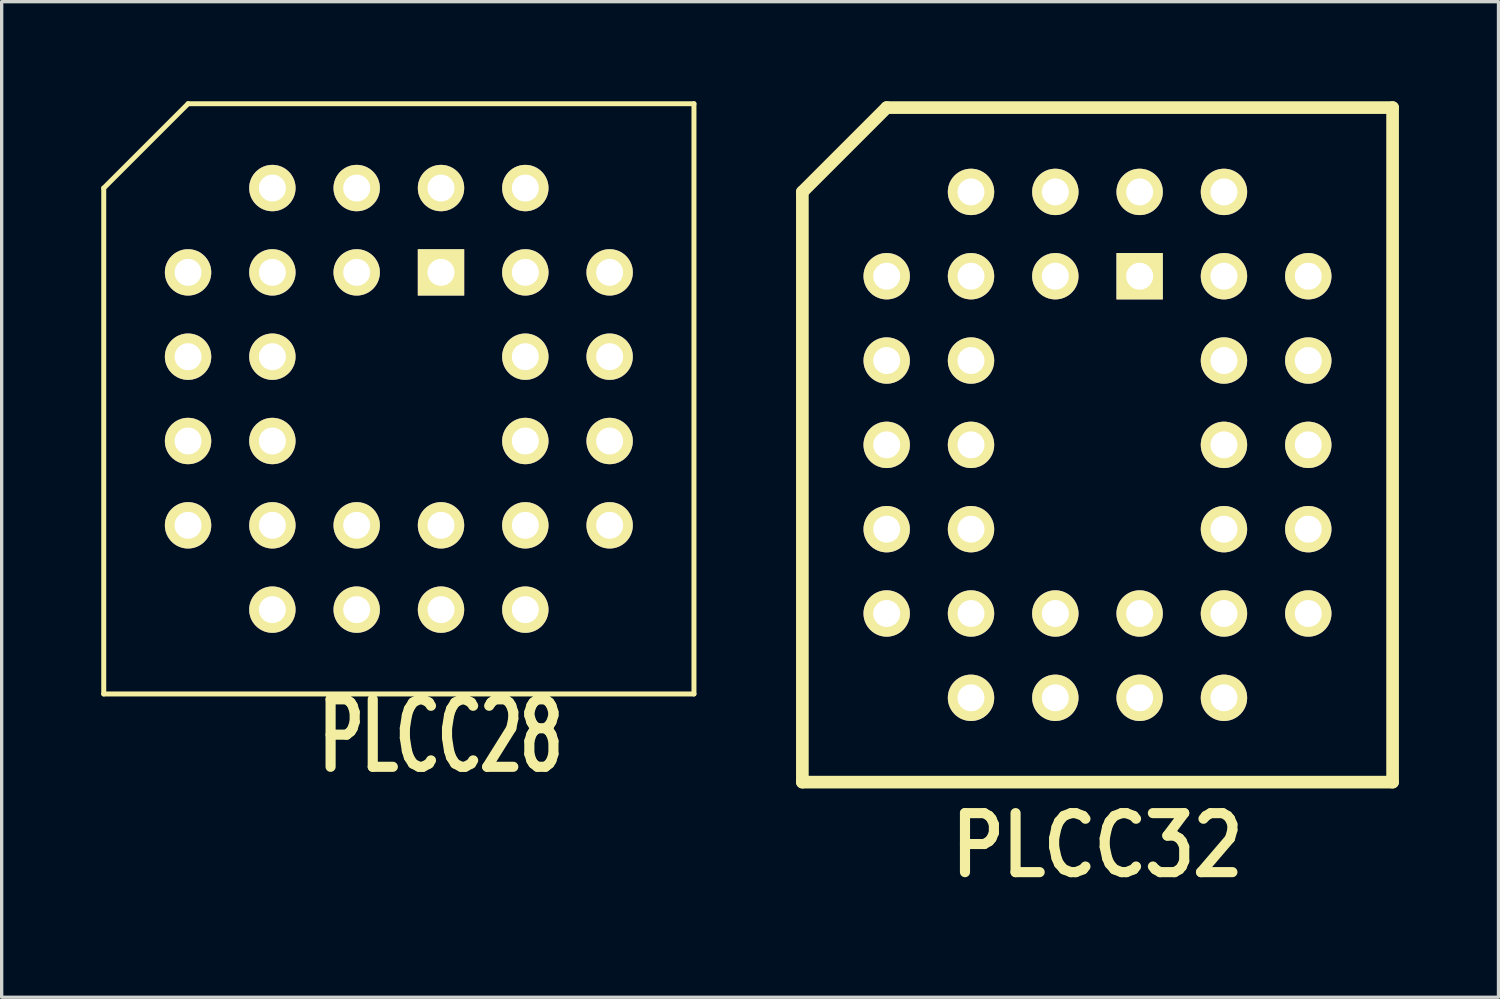
<source format=kicad_pcb>
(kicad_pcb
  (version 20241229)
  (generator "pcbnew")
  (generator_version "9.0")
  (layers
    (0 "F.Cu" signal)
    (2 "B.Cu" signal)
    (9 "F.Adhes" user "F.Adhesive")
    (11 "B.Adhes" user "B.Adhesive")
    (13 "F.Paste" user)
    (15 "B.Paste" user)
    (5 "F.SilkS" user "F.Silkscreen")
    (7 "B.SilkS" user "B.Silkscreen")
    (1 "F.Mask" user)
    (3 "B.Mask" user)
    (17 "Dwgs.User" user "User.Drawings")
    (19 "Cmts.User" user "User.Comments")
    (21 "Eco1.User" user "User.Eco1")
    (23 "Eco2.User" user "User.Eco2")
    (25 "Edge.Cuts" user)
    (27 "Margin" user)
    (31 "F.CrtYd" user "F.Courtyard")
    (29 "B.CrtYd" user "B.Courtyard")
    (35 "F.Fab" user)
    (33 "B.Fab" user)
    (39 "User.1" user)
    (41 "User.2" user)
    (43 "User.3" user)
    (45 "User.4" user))
  (footprint "PLCC28"
    (layer "F.Cu")
    (at 8.965 8.965)
    (property "Reference" "PLCC28" (at 1.27 10.16 0) (layer "F.SilkS") (effects (font (size 2.032 1.27) (thickness 0.305))))
    (attr through_hole)
    (fp_line (start -8.89 -6.35) (end -8.89 8.89) (stroke (width 0.15) (type solid)) (layer "F.SilkS"))
    (fp_line (start -8.89 8.89) (end 8.89 8.89) (stroke (width 0.15) (type solid)) (layer "F.SilkS"))
    (fp_line (start -6.35 -8.89) (end -8.89 -6.35) (stroke (width 0.15) (type solid)) (layer "F.SilkS"))
    (fp_line (start 8.89 -8.89) (end -6.35 -8.89) (stroke (width 0.15) (type solid)) (layer "F.SilkS"))
    (fp_line (start 8.89 8.89) (end 8.89 -8.89) (stroke (width 0.15) (type solid)) (layer "F.SilkS"))
    (pad "1" thru_hole rect (at 1.27 -3.81) (size 1.397 1.397) (drill 0.813) (layers "*.Cu" "*.Mask" "F.SilkS"))
    (pad "2" thru_hole circle (at -1.27 -6.35) (size 1.397 1.397) (drill 0.813) (layers "*.Cu" "*.Mask" "F.SilkS"))
    (pad "3" thru_hole circle (at -1.27 -3.81) (size 1.397 1.397) (drill 0.813) (layers "*.Cu" "*.Mask" "F.SilkS"))
    (pad "4" thru_hole circle (at -3.81 -6.35) (size 1.397 1.397) (drill 0.813) (layers "*.Cu" "*.Mask" "F.SilkS"))
    (pad "5" thru_hole circle (at -6.35 -3.81) (size 1.397 1.397) (drill 0.813) (layers "*.Cu" "*.Mask" "F.SilkS"))
    (pad "6" thru_hole circle (at -3.81 -3.81) (size 1.397 1.397) (drill 0.813) (layers "*.Cu" "*.Mask" "F.SilkS"))
    (pad "7" thru_hole circle (at -6.35 -1.27) (size 1.397 1.397) (drill 0.813) (layers "*.Cu" "*.Mask" "F.SilkS"))
    (pad "8" thru_hole circle (at -3.81 -1.27) (size 1.397 1.397) (drill 0.813) (layers "*.Cu" "*.Mask" "F.SilkS"))
    (pad "9" thru_hole circle (at -6.35 1.27) (size 1.397 1.397) (drill 0.813) (layers "*.Cu" "*.Mask" "F.SilkS"))
    (pad "10" thru_hole circle (at -3.81 1.27) (size 1.397 1.397) (drill 0.813) (layers "*.Cu" "*.Mask" "F.SilkS"))
    (pad "11" thru_hole circle (at -6.35 3.81) (size 1.397 1.397) (drill 0.813) (layers "*.Cu" "*.Mask" "F.SilkS"))
    (pad "12" thru_hole circle (at -3.81 6.35) (size 1.397 1.397) (drill 0.813) (layers "*.Cu" "*.Mask" "F.SilkS"))
    (pad "13" thru_hole circle (at -3.81 3.81) (size 1.397 1.397) (drill 0.813) (layers "*.Cu" "*.Mask" "F.SilkS"))
    (pad "14" thru_hole circle (at -1.27 6.35) (size 1.397 1.397) (drill 0.813) (layers "*.Cu" "*.Mask" "F.SilkS"))
    (pad "15" thru_hole circle (at -1.27 3.81) (size 1.397 1.397) (drill 0.813) (layers "*.Cu" "*.Mask" "F.SilkS"))
    (pad "16" thru_hole circle (at 1.27 6.35) (size 1.397 1.397) (drill 0.813) (layers "*.Cu" "*.Mask" "F.SilkS"))
    (pad "17" thru_hole circle (at 1.27 3.81) (size 1.397 1.397) (drill 0.813) (layers "*.Cu" "*.Mask" "F.SilkS"))
    (pad "18" thru_hole circle (at 3.81 6.35) (size 1.397 1.397) (drill 0.813) (layers "*.Cu" "*.Mask" "F.SilkS"))
    (pad "19" thru_hole circle (at 6.35 3.81) (size 1.397 1.397) (drill 0.813) (layers "*.Cu" "*.Mask" "F.SilkS"))
    (pad "20" thru_hole circle (at 3.81 3.81) (size 1.397 1.397) (drill 0.813) (layers "*.Cu" "*.Mask" "F.SilkS"))
    (pad "21" thru_hole circle (at 6.35 1.27) (size 1.397 1.397) (drill 0.813) (layers "*.Cu" "*.Mask" "F.SilkS"))
    (pad "22" thru_hole circle (at 3.81 1.27) (size 1.397 1.397) (drill 0.813) (layers "*.Cu" "*.Mask" "F.SilkS"))
    (pad "23" thru_hole circle (at 6.35 -1.27) (size 1.397 1.397) (drill 0.813) (layers "*.Cu" "*.Mask" "F.SilkS"))
    (pad "24" thru_hole circle (at 3.81 -1.27) (size 1.397 1.397) (drill 0.813) (layers "*.Cu" "*.Mask" "F.SilkS"))
    (pad "25" thru_hole circle (at 6.35 -3.81) (size 1.397 1.397) (drill 0.813) (layers "*.Cu" "*.Mask" "F.SilkS"))
    (pad "26" thru_hole circle (at 3.81 -6.35) (size 1.397 1.397) (drill 0.813) (layers "*.Cu" "*.Mask" "F.SilkS"))
    (pad "27" thru_hole circle (at 3.81 -3.81) (size 1.397 1.397) (drill 0.813) (layers "*.Cu" "*.Mask" "F.SilkS"))
    (pad "28" thru_hole circle (at 1.27 -6.35) (size 1.397 1.397) (drill 0.813) (layers "*.Cu" "*.Mask" "F.SilkS")))
  (footprint "PLCC32"
    (layer "F.Cu")
    (at 30.011 10.351)
    (property "Reference" "PLCC32" (at 0 12.065 0) (layer "F.SilkS") (effects (font (size 1.778 1.524) (thickness 0.305))))
    (attr through_hole)
    (fp_line (start -8.89 -7.62) (end -8.89 10.16) (stroke (width 0.381) (type solid)) (layer "F.SilkS"))
    (fp_line (start -8.89 10.16) (end 8.89 10.16) (stroke (width 0.381) (type solid)) (layer "F.SilkS"))
    (fp_line (start -6.35 -10.16) (end -8.89 -7.62) (stroke (width 0.381) (type solid)) (layer "F.SilkS"))
    (fp_line (start 8.89 -10.16) (end -6.35 -10.16) (stroke (width 0.381) (type solid)) (layer "F.SilkS"))
    (fp_line (start 8.89 -10.16) (end 8.89 10.16) (stroke (width 0.381) (type solid)) (layer "F.SilkS"))
    (pad "1" thru_hole rect (at 1.27 -5.08) (size 1.397 1.397) (drill 0.813) (layers "*.Cu" "*.Mask" "F.SilkS"))
    (pad "2" thru_hole circle (at -1.27 -7.62) (size 1.397 1.397) (drill 0.813) (layers "*.Cu" "*.Mask" "F.SilkS"))
    (pad "3" thru_hole circle (at -1.27 -5.08) (size 1.397 1.397) (drill 0.813) (layers "*.Cu" "*.Mask" "F.SilkS"))
    (pad "4" thru_hole circle (at -3.81 -7.62) (size 1.397 1.397) (drill 0.813) (layers "*.Cu" "*.Mask" "F.SilkS"))
    (pad "5" thru_hole circle (at -6.35 -5.08) (size 1.397 1.397) (drill 0.813) (layers "*.Cu" "*.Mask" "F.SilkS"))
    (pad "6" thru_hole circle (at -3.81 -5.08) (size 1.397 1.397) (drill 0.813) (layers "*.Cu" "*.Mask" "F.SilkS"))
    (pad "7" thru_hole circle (at -6.35 -2.54) (size 1.397 1.397) (drill 0.813) (layers "*.Cu" "*.Mask" "F.SilkS"))
    (pad "8" thru_hole circle (at -3.81 -2.54) (size 1.397 1.397) (drill 0.813) (layers "*.Cu" "*.Mask" "F.SilkS"))
    (pad "9" thru_hole circle (at -6.35 0) (size 1.397 1.397) (drill 0.813) (layers "*.Cu" "*.Mask" "F.SilkS"))
    (pad "10" thru_hole circle (at -3.81 0) (size 1.397 1.397) (drill 0.813) (layers "*.Cu" "*.Mask" "F.SilkS"))
    (pad "11" thru_hole circle (at -6.35 2.54) (size 1.397 1.397) (drill 0.813) (layers "*.Cu" "*.Mask" "F.SilkS"))
    (pad "12" thru_hole circle (at -3.81 2.54) (size 1.397 1.397) (drill 0.813) (layers "*.Cu" "*.Mask" "F.SilkS"))
    (pad "13" thru_hole circle (at -6.35 5.08) (size 1.397 1.397) (drill 0.813) (layers "*.Cu" "*.Mask" "F.SilkS"))
    (pad "14" thru_hole circle (at -3.81 7.62) (size 1.397 1.397) (drill 0.813) (layers "*.Cu" "*.Mask" "F.SilkS"))
    (pad "15" thru_hole circle (at -3.81 5.08) (size 1.397 1.397) (drill 0.813) (layers "*.Cu" "*.Mask" "F.SilkS"))
    (pad "16" thru_hole circle (at -1.27 7.62) (size 1.397 1.397) (drill 0.813) (layers "*.Cu" "*.Mask" "F.SilkS"))
    (pad "17" thru_hole circle (at -1.27 5.08) (size 1.397 1.397) (drill 0.813) (layers "*.Cu" "*.Mask" "F.SilkS"))
    (pad "18" thru_hole circle (at 1.27 7.62) (size 1.397 1.397) (drill 0.813) (layers "*.Cu" "*.Mask" "F.SilkS"))
    (pad "19" thru_hole circle (at 1.27 5.08) (size 1.397 1.397) (drill 0.813) (layers "*.Cu" "*.Mask" "F.SilkS"))
    (pad "20" thru_hole circle (at 3.81 7.62) (size 1.397 1.397) (drill 0.813) (layers "*.Cu" "*.Mask" "F.SilkS"))
    (pad "21" thru_hole circle (at 6.35 5.08) (size 1.397 1.397) (drill 0.813) (layers "*.Cu" "*.Mask" "F.SilkS"))
    (pad "22" thru_hole circle (at 3.81 5.08) (size 1.397 1.397) (drill 0.813) (layers "*.Cu" "*.Mask" "F.SilkS"))
    (pad "23" thru_hole circle (at 6.35 2.54) (size 1.397 1.397) (drill 0.813) (layers "*.Cu" "*.Mask" "F.SilkS"))
    (pad "24" thru_hole circle (at 3.81 2.54) (size 1.397 1.397) (drill 0.813) (layers "*.Cu" "*.Mask" "F.SilkS"))
    (pad "25" thru_hole circle (at 6.35 0) (size 1.397 1.397) (drill 0.813) (layers "*.Cu" "*.Mask" "F.SilkS"))
    (pad "26" thru_hole circle (at 3.81 0) (size 1.397 1.397) (drill 0.813) (layers "*.Cu" "*.Mask" "F.SilkS"))
    (pad "27" thru_hole circle (at 6.35 -2.54) (size 1.397 1.397) (drill 0.813) (layers "*.Cu" "*.Mask" "F.SilkS"))
    (pad "28" thru_hole circle (at 3.81 -2.54) (size 1.397 1.397) (drill 0.813) (layers "*.Cu" "*.Mask" "F.SilkS"))
    (pad "29" thru_hole circle (at 6.35 -5.08) (size 1.397 1.397) (drill 0.813) (layers "*.Cu" "*.Mask" "F.SilkS"))
    (pad "30" thru_hole circle (at 3.81 -7.62) (size 1.397 1.397) (drill 0.813) (layers "*.Cu" "*.Mask" "F.SilkS"))
    (pad "31" thru_hole circle (at 3.81 -5.08) (size 1.397 1.397) (drill 0.813) (layers "*.Cu" "*.Mask" "F.SilkS"))
    (pad "32" thru_hole circle (at 1.27 -7.62) (size 1.397 1.397) (drill 0.813) (layers "*.Cu" "*.Mask" "F.SilkS")))
  (gr_rect
    (start -3 -3)
    (end 42.091 26.991)
    (stroke (width 0.1) (type default))
    (fill no)
    (layer "Edge.Cuts")))
</source>
